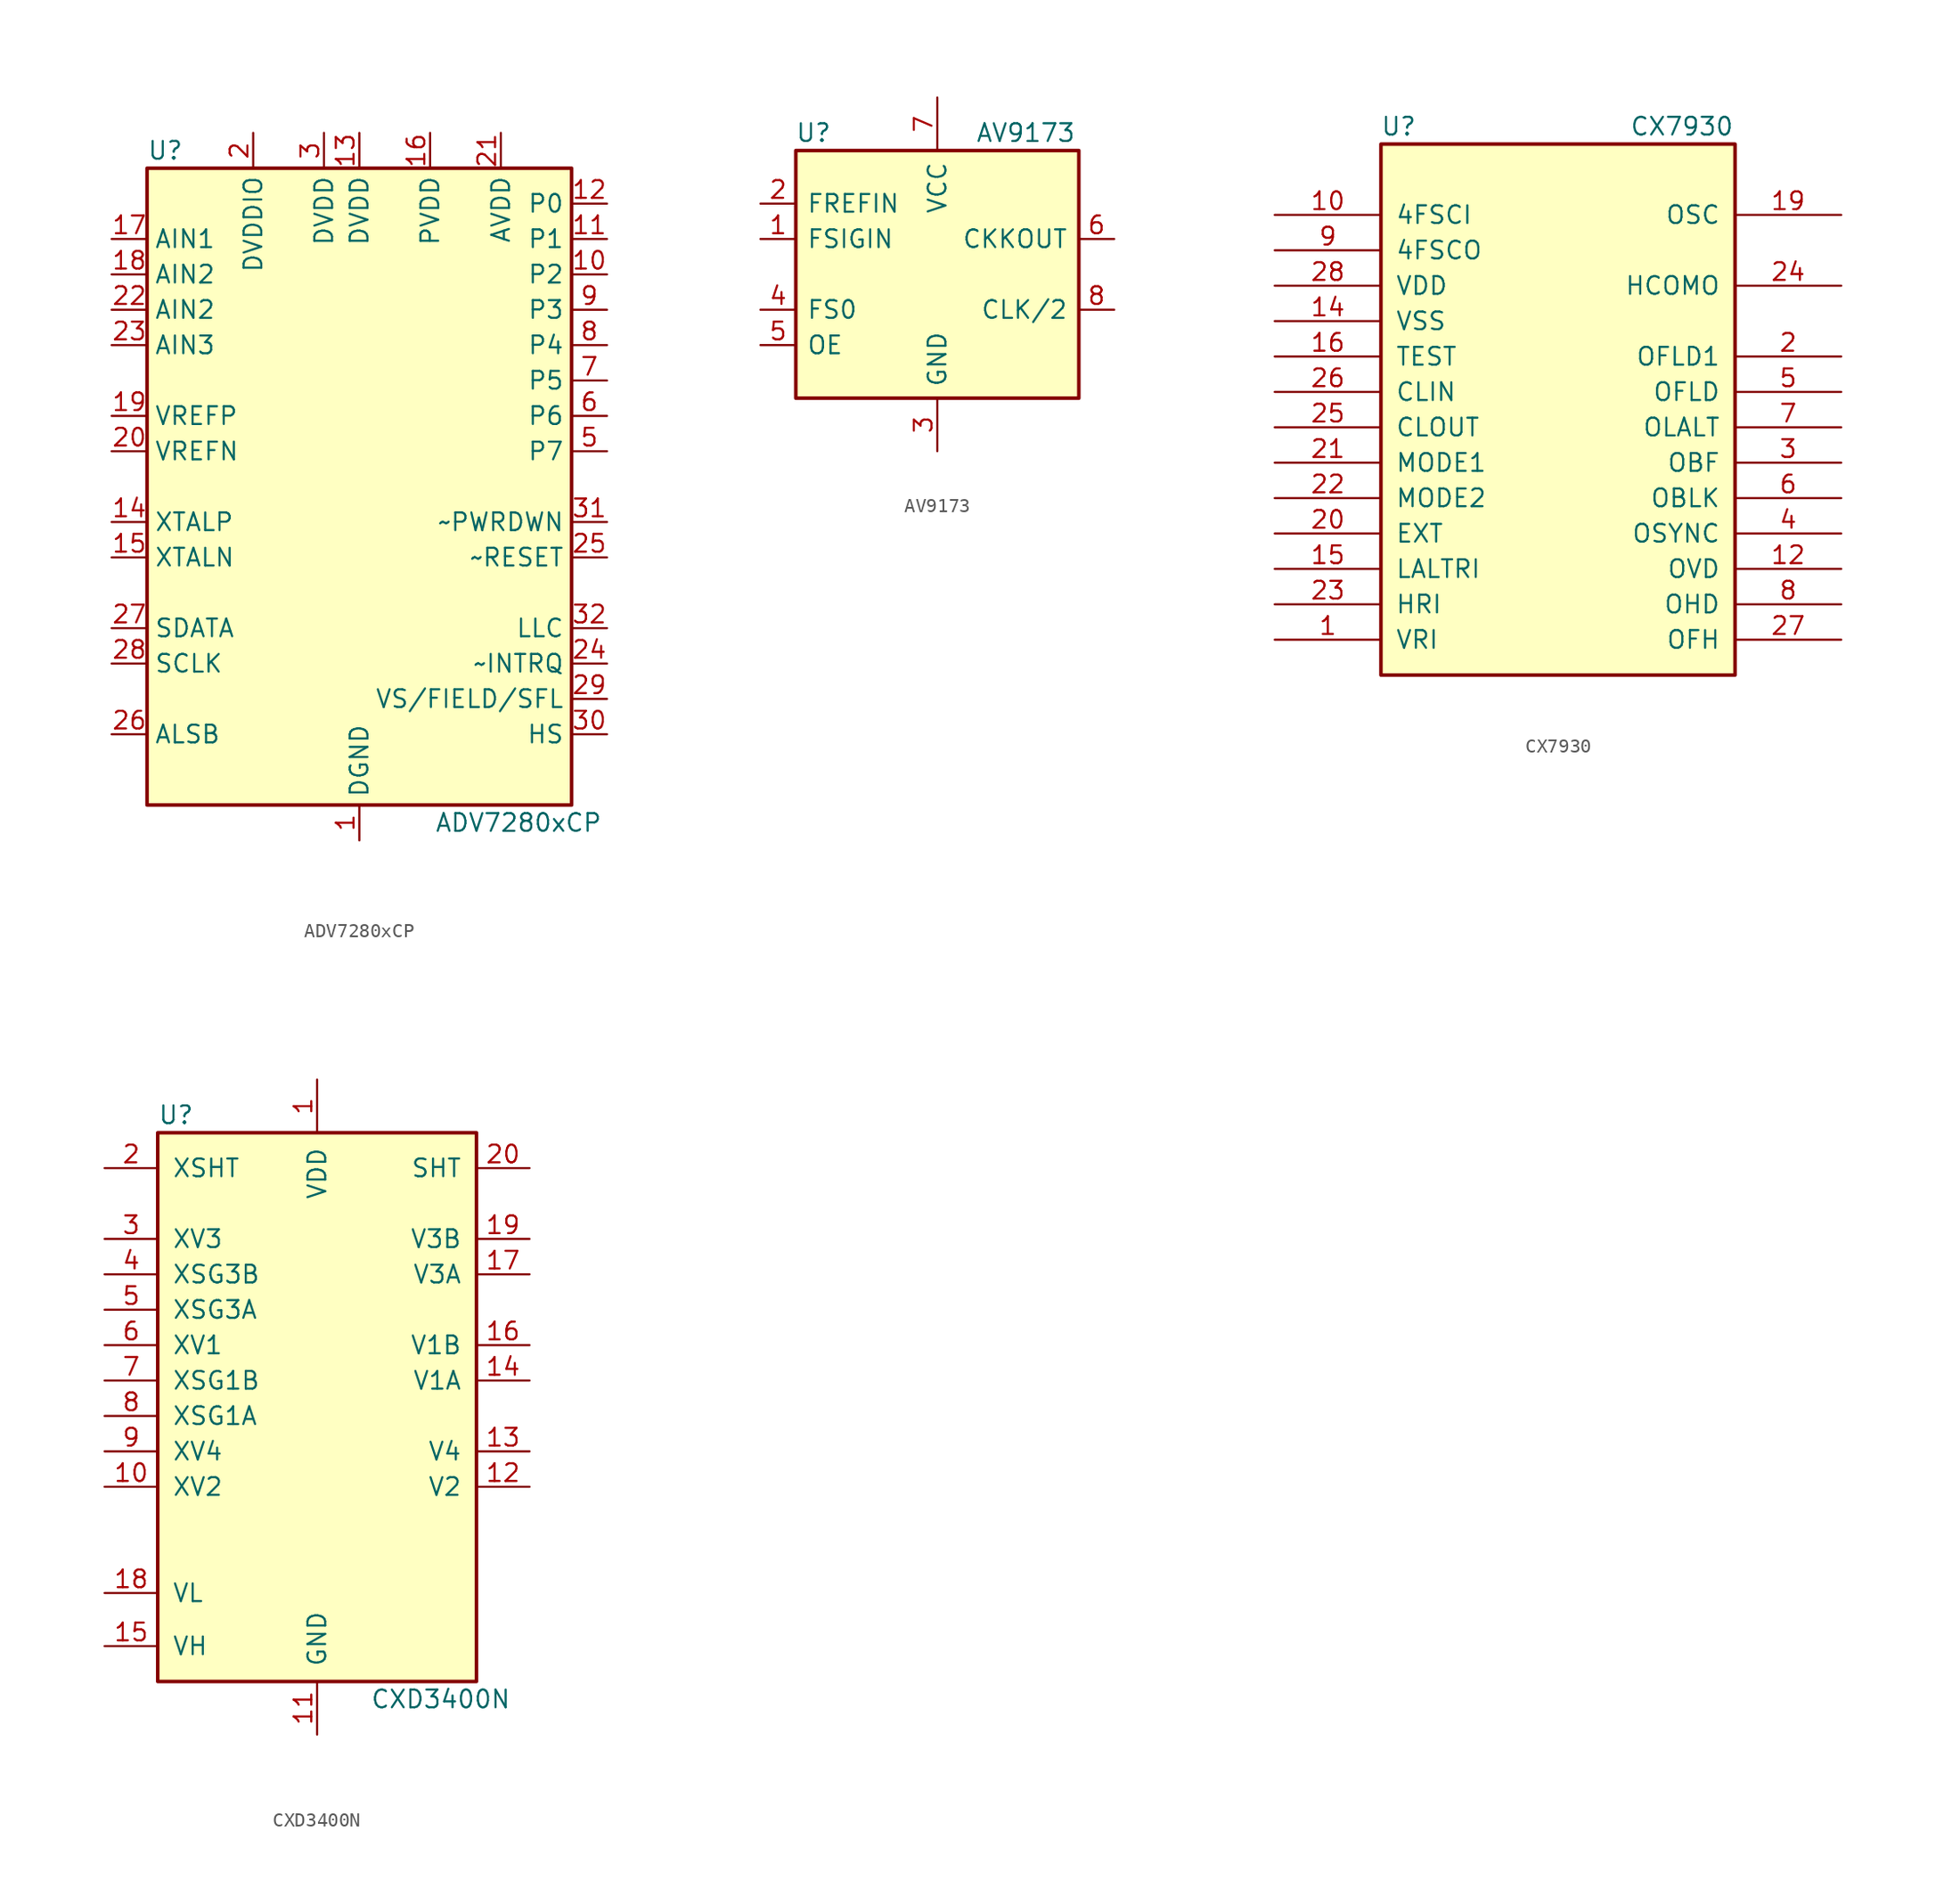
<source format=kicad_sym>
(kicad_symbol_lib
  (version 20210619)
  (generator kicad_symbol_editor)
  (symbol "Video:ADV7280xCP"
    (property "Reference" "U"
      (at -15.24 24.13 0)
      (effects (font (size 1.27 1.27)) (justify left)))
    (property "Value" "ADV7280xCP"
      (at 11.43 -24.13 0)
      (effects (font (size 1.27 1.27))))
    (symbol "ADV7280xCP_0_1"
      (rectangle (start -15.24 22.86) (end 15.24 -22.86) (stroke (width 0.254)) (fill (type background))))
    (symbol "ADV7280xCP_1_1"
      (pin power_in line (at 0 -25.4 90) (length 2.54) (name "DGND" (effects (font (size 1.27 1.27)))) (number "1" (effects (font (size 1.27 1.27)))))
      (pin output line (at 17.78 15.24 180) (length 2.54) (name "P2" (effects (font (size 1.27 1.27)))) (number "10" (effects (font (size 1.27 1.27)))))
      (pin output line (at 17.78 17.78 180) (length 2.54) (name "P1" (effects (font (size 1.27 1.27)))) (number "11" (effects (font (size 1.27 1.27)))))
      (pin output line (at 17.78 20.32 180) (length 2.54) (name "P0" (effects (font (size 1.27 1.27)))) (number "12" (effects (font (size 1.27 1.27)))))
      (pin power_in line (at 0 25.4 270) (length 2.54) (name "DVDD" (effects (font (size 1.27 1.27)))) (number "13" (effects (font (size 1.27 1.27)))))
      (pin output line (at -17.78 -2.54 0) (length 2.54) (name "XTALP" (effects (font (size 1.27 1.27)))) (number "14" (effects (font (size 1.27 1.27)))))
      (pin input line (at -17.78 -5.08 0) (length 2.54) (name "XTALN" (effects (font (size 1.27 1.27)))) (number "15" (effects (font (size 1.27 1.27)))))
      (pin power_in line (at 5.08 25.4 270) (length 2.54) (name "PVDD" (effects (font (size 1.27 1.27)))) (number "16" (effects (font (size 1.27 1.27)))))
      (pin input line (at -17.78 17.78 0) (length 2.54) (name "AIN1" (effects (font (size 1.27 1.27)))) (number "17" (effects (font (size 1.27 1.27)))))
      (pin input line (at -17.78 15.24 0) (length 2.54) (name "AIN2" (effects (font (size 1.27 1.27)))) (number "18" (effects (font (size 1.27 1.27)))))
      (pin output line (at -17.78 5.08 0) (length 2.54) (name "VREFP" (effects (font (size 1.27 1.27)))) (number "19" (effects (font (size 1.27 1.27)))))
      (pin power_in line (at -7.62 25.4 270) (length 2.54) (name "DVDDIO" (effects (font (size 1.27 1.27)))) (number "2" (effects (font (size 1.27 1.27)))))
      (pin output line (at -17.78 2.54 0) (length 2.54) (name "VREFN" (effects (font (size 1.27 1.27)))) (number "20" (effects (font (size 1.27 1.27)))))
      (pin power_in line (at 10.16 25.4 270) (length 2.54) (name "AVDD" (effects (font (size 1.27 1.27)))) (number "21" (effects (font (size 1.27 1.27)))))
      (pin input line (at -17.78 12.7 0) (length 2.54) (name "AIN2" (effects (font (size 1.27 1.27)))) (number "22" (effects (font (size 1.27 1.27)))))
      (pin input line (at -17.78 10.16 0) (length 2.54) (name "AIN3" (effects (font (size 1.27 1.27)))) (number "23" (effects (font (size 1.27 1.27)))))
      (pin output line (at 17.78 -12.7 180) (length 2.54) (name "~INTRQ" (effects (font (size 1.27 1.27)))) (number "24" (effects (font (size 1.27 1.27)))))
      (pin input line (at 17.78 -5.08 180) (length 2.54) (name "~RESET" (effects (font (size 1.27 1.27)))) (number "25" (effects (font (size 1.27 1.27)))))
      (pin input line (at -17.78 -17.78 0) (length 2.54) (name "ALSB" (effects (font (size 1.27 1.27)))) (number "26" (effects (font (size 1.27 1.27)))))
      (pin bidirectional line (at -17.78 -10.16 0) (length 2.54) (name "SDATA" (effects (font (size 1.27 1.27)))) (number "27" (effects (font (size 1.27 1.27)))))
      (pin input line (at -17.78 -12.7 0) (length 2.54) (name "SCLK" (effects (font (size 1.27 1.27)))) (number "28" (effects (font (size 1.27 1.27)))))
      (pin output line (at 17.78 -15.24 180) (length 2.54) (name "VS/FIELD/SFL" (effects (font (size 1.27 1.27)))) (number "29" (effects (font (size 1.27 1.27)))))
      (pin power_in line (at -2.54 25.4 270) (length 2.54) (name "DVDD" (effects (font (size 1.27 1.27)))) (number "3" (effects (font (size 1.27 1.27)))))
      (pin output line (at 17.78 -17.78 180) (length 2.54) (name "HS" (effects (font (size 1.27 1.27)))) (number "30" (effects (font (size 1.27 1.27)))))
      (pin input line (at 17.78 -2.54 180) (length 2.54) (name "~PWRDWN" (effects (font (size 1.27 1.27)))) (number "31" (effects (font (size 1.27 1.27)))))
      (pin output line (at 17.78 -10.16 180) (length 2.54) (name "LLC" (effects (font (size 1.27 1.27)))) (number "32" (effects (font (size 1.27 1.27)))))
      (pin passive line (at 0 -25.4 90) (length 2.54) hide (name "DGND" (effects (font (size 1.27 1.27)))) (number "33" (effects (font (size 1.27 1.27)))))
      (pin passive line (at 0 -25.4 90) (length 2.54) hide (name "DGND" (effects (font (size 1.27 1.27)))) (number "4" (effects (font (size 1.27 1.27)))))
      (pin output line (at 17.78 2.54 180) (length 2.54) (name "P7" (effects (font (size 1.27 1.27)))) (number "5" (effects (font (size 1.27 1.27)))))
      (pin output line (at 17.78 5.08 180) (length 2.54) (name "P6" (effects (font (size 1.27 1.27)))) (number "6" (effects (font (size 1.27 1.27)))))
      (pin output line (at 17.78 7.62 180) (length 2.54) (name "P5" (effects (font (size 1.27 1.27)))) (number "7" (effects (font (size 1.27 1.27)))))
      (pin output line (at 17.78 10.16 180) (length 2.54) (name "P4" (effects (font (size 1.27 1.27)))) (number "8" (effects (font (size 1.27 1.27)))))
      (pin output line (at 17.78 12.7 180) (length 2.54) (name "P3" (effects (font (size 1.27 1.27)))) (number "9" (effects (font (size 1.27 1.27)))))))
  (symbol "Video:AV9173"
    (pin_names
      (offset 0.762))
    (property "Reference" "U"
      (at -8.89 10.16 0)
      (effects (font (size 1.27 1.27))))
    (property "Value" "AV9173"
      (at 6.35 10.16 0)
      (effects (font (size 1.27 1.27))))
    (symbol "AV9173_0_1"
      (rectangle (start -10.16 8.89) (end 10.16 -8.89) (stroke (width 0.254)) (fill (type background))))
    (symbol "AV9173_1_1"
      (pin input line (at -12.7 2.54 0) (length 2.54) (name "FSIGIN" (effects (font (size 1.27 1.27)))) (number "1" (effects (font (size 1.27 1.27)))))
      (pin input line (at -12.7 5.08 0) (length 2.54) (name "FREFIN" (effects (font (size 1.27 1.27)))) (number "2" (effects (font (size 1.27 1.27)))))
      (pin input line (at 0 -12.7 90) (length 3.81) (name "GND" (effects (font (size 1.27 1.27)))) (number "3" (effects (font (size 1.27 1.27)))))
      (pin input line (at -12.7 -2.54 0) (length 2.54) (name "FS0" (effects (font (size 1.27 1.27)))) (number "4" (effects (font (size 1.27 1.27)))))
      (pin input line (at -12.7 -5.08 0) (length 2.54) (name "OE" (effects (font (size 1.27 1.27)))) (number "5" (effects (font (size 1.27 1.27)))))
      (pin tri_state line (at 12.7 2.54 180) (length 2.54) (name "CKKOUT" (effects (font (size 1.27 1.27)))) (number "6" (effects (font (size 1.27 1.27)))))
      (pin input line (at 0 12.7 270) (length 3.81) (name "VCC" (effects (font (size 1.27 1.27)))) (number "7" (effects (font (size 1.27 1.27)))))
      (pin tri_state line (at 12.7 -2.54 180) (length 2.54) (name "CLK/2" (effects (font (size 1.27 1.27)))) (number "8" (effects (font (size 1.27 1.27)))))))
  (symbol "Video:CX7930"
    (pin_names
      (offset 1.016))
    (property "Reference" "U"
      (at -11.43 20.32 0)
      (effects (font (size 1.27 1.27))))
    (property "Value" "CX7930"
      (at 8.89 20.32 0)
      (effects (font (size 1.27 1.27))))
    (symbol "CX7930_0_1"
      (rectangle (start -12.7 -19.05) (end 12.7 19.05) (stroke (width 0.254)) (fill (type background))))
    (symbol "CX7930_1_1"
      (pin input line (at -20.32 -16.51 0) (length 7.62) (name "VRI" (effects (font (size 1.27 1.27)))) (number "1" (effects (font (size 1.27 1.27)))))
      (pin input line (at -20.32 13.97 0) (length 7.62) (name "4FSCI" (effects (font (size 1.27 1.27)))) (number "10" (effects (font (size 1.27 1.27)))))
      (pin output line (at 20.32 -11.43 180) (length 7.62) (name "OVD" (effects (font (size 1.27 1.27)))) (number "12" (effects (font (size 1.27 1.27)))))
      (pin input line (at -20.32 6.35 0) (length 7.62) (name "VSS" (effects (font (size 1.27 1.27)))) (number "14" (effects (font (size 1.27 1.27)))))
      (pin input line (at -20.32 -11.43 0) (length 7.62) (name "LALTRI" (effects (font (size 1.27 1.27)))) (number "15" (effects (font (size 1.27 1.27)))))
      (pin input line (at -20.32 3.81 0) (length 7.62) (name "TEST" (effects (font (size 1.27 1.27)))) (number "16" (effects (font (size 1.27 1.27)))))
      (pin output line (at 20.32 13.97 180) (length 7.62) (name "OSC" (effects (font (size 1.27 1.27)))) (number "19" (effects (font (size 1.27 1.27)))))
      (pin output line (at 20.32 3.81 180) (length 7.62) (name "OFLD1" (effects (font (size 1.27 1.27)))) (number "2" (effects (font (size 1.27 1.27)))))
      (pin input line (at -20.32 -8.89 0) (length 7.62) (name "EXT" (effects (font (size 1.27 1.27)))) (number "20" (effects (font (size 1.27 1.27)))))
      (pin input line (at -20.32 -3.81 0) (length 7.62) (name "MODE1" (effects (font (size 1.27 1.27)))) (number "21" (effects (font (size 1.27 1.27)))))
      (pin input line (at -20.32 -6.35 0) (length 7.62) (name "MODE2" (effects (font (size 1.27 1.27)))) (number "22" (effects (font (size 1.27 1.27)))))
      (pin input line (at -20.32 -13.97 0) (length 7.62) (name "HRI" (effects (font (size 1.27 1.27)))) (number "23" (effects (font (size 1.27 1.27)))))
      (pin output line (at 20.32 8.89 180) (length 7.62) (name "HCOMO" (effects (font (size 1.27 1.27)))) (number "24" (effects (font (size 1.27 1.27)))))
      (pin output line (at -20.32 -1.27 0) (length 7.62) (name "CLOUT" (effects (font (size 1.27 1.27)))) (number "25" (effects (font (size 1.27 1.27)))))
      (pin input line (at -20.32 1.27 0) (length 7.62) (name "CLIN" (effects (font (size 1.27 1.27)))) (number "26" (effects (font (size 1.27 1.27)))))
      (pin output line (at 20.32 -16.51 180) (length 7.62) (name "OFH" (effects (font (size 1.27 1.27)))) (number "27" (effects (font (size 1.27 1.27)))))
      (pin input line (at -20.32 8.89 0) (length 7.62) (name "VDD" (effects (font (size 1.27 1.27)))) (number "28" (effects (font (size 1.27 1.27)))))
      (pin output line (at 20.32 -3.81 180) (length 7.62) (name "OBF" (effects (font (size 1.27 1.27)))) (number "3" (effects (font (size 1.27 1.27)))))
      (pin output line (at 20.32 -8.89 180) (length 7.62) (name "OSYNC" (effects (font (size 1.27 1.27)))) (number "4" (effects (font (size 1.27 1.27)))))
      (pin output line (at 20.32 1.27 180) (length 7.62) (name "OFLD" (effects (font (size 1.27 1.27)))) (number "5" (effects (font (size 1.27 1.27)))))
      (pin output line (at 20.32 -6.35 180) (length 7.62) (name "OBLK" (effects (font (size 1.27 1.27)))) (number "6" (effects (font (size 1.27 1.27)))))
      (pin output line (at 20.32 -1.27 180) (length 7.62) (name "OLALT" (effects (font (size 1.27 1.27)))) (number "7" (effects (font (size 1.27 1.27)))))
      (pin output line (at 20.32 -13.97 180) (length 7.62) (name "OHD" (effects (font (size 1.27 1.27)))) (number "8" (effects (font (size 1.27 1.27)))))
      (pin output line (at -20.32 11.43 0) (length 7.62) (name "4FSCO" (effects (font (size 1.27 1.27)))) (number "9" (effects (font (size 1.27 1.27)))))))
  (symbol "Video:CXD3400N"
    (pin_names
      (offset 1.016))
    (property "Reference" "U"
      (at -11.43 21.59 0)
      (effects (font (size 1.27 1.27)) (justify left)))
    (property "Value" "CXD3400N"
      (at 3.81 -20.32 0)
      (effects (font (size 1.27 1.27)) (justify left)))
    (symbol "CXD3400N_0_1"
      (rectangle (start 11.43 -19.05) (end -11.43 20.32) (stroke (width 0.254)) (fill (type background))))
    (symbol "CXD3400N_1_1"
      (pin power_in line (at 0 24.13 270) (length 3.81) (name "VDD" (effects (font (size 1.27 1.27)))) (number "1" (effects (font (size 1.27 1.27)))))
      (pin input line (at -15.24 -5.08 0) (length 3.81) (name "XV2" (effects (font (size 1.27 1.27)))) (number "10" (effects (font (size 1.27 1.27)))))
      (pin power_in line (at 0 -22.86 90) (length 3.81) (name "GND" (effects (font (size 1.27 1.27)))) (number "11" (effects (font (size 1.27 1.27)))))
      (pin output line (at 15.24 -5.08 180) (length 3.81) (name "V2" (effects (font (size 1.27 1.27)))) (number "12" (effects (font (size 1.27 1.27)))))
      (pin output line (at 15.24 -2.54 180) (length 3.81) (name "V4" (effects (font (size 1.27 1.27)))) (number "13" (effects (font (size 1.27 1.27)))))
      (pin output line (at 15.24 2.54 180) (length 3.81) (name "V1A" (effects (font (size 1.27 1.27)))) (number "14" (effects (font (size 1.27 1.27)))))
      (pin power_in line (at -15.24 -16.51 0) (length 3.81) (name "VH" (effects (font (size 1.27 1.27)))) (number "15" (effects (font (size 1.27 1.27)))))
      (pin output line (at 15.24 5.08 180) (length 3.81) (name "V1B" (effects (font (size 1.27 1.27)))) (number "16" (effects (font (size 1.27 1.27)))))
      (pin output line (at 15.24 10.16 180) (length 3.81) (name "V3A" (effects (font (size 1.27 1.27)))) (number "17" (effects (font (size 1.27 1.27)))))
      (pin power_in line (at -15.24 -12.7 0) (length 3.81) (name "VL" (effects (font (size 1.27 1.27)))) (number "18" (effects (font (size 1.27 1.27)))))
      (pin output line (at 15.24 12.7 180) (length 3.81) (name "V3B" (effects (font (size 1.27 1.27)))) (number "19" (effects (font (size 1.27 1.27)))))
      (pin input line (at -15.24 17.78 0) (length 3.81) (name "XSHT" (effects (font (size 1.27 1.27)))) (number "2" (effects (font (size 1.27 1.27)))))
      (pin output line (at 15.24 17.78 180) (length 3.81) (name "SHT" (effects (font (size 1.27 1.27)))) (number "20" (effects (font (size 1.27 1.27)))))
      (pin input line (at -15.24 12.7 0) (length 3.81) (name "XV3" (effects (font (size 1.27 1.27)))) (number "3" (effects (font (size 1.27 1.27)))))
      (pin input line (at -15.24 10.16 0) (length 3.81) (name "XSG3B" (effects (font (size 1.27 1.27)))) (number "4" (effects (font (size 1.27 1.27)))))
      (pin input line (at -15.24 7.62 0) (length 3.81) (name "XSG3A" (effects (font (size 1.27 1.27)))) (number "5" (effects (font (size 1.27 1.27)))))
      (pin input line (at -15.24 5.08 0) (length 3.81) (name "XV1" (effects (font (size 1.27 1.27)))) (number "6" (effects (font (size 1.27 1.27)))))
      (pin input line (at -15.24 2.54 0) (length 3.81) (name "XSG1B" (effects (font (size 1.27 1.27)))) (number "7" (effects (font (size 1.27 1.27)))))
      (pin input line (at -15.24 0 0) (length 3.81) (name "XSG1A" (effects (font (size 1.27 1.27)))) (number "8" (effects (font (size 1.27 1.27)))))
      (pin input line (at -15.24 -2.54 0) (length 3.81) (name "XV4" (effects (font (size 1.27 1.27)))) (number "9" (effects (font (size 1.27 1.27))))))))
</source>
